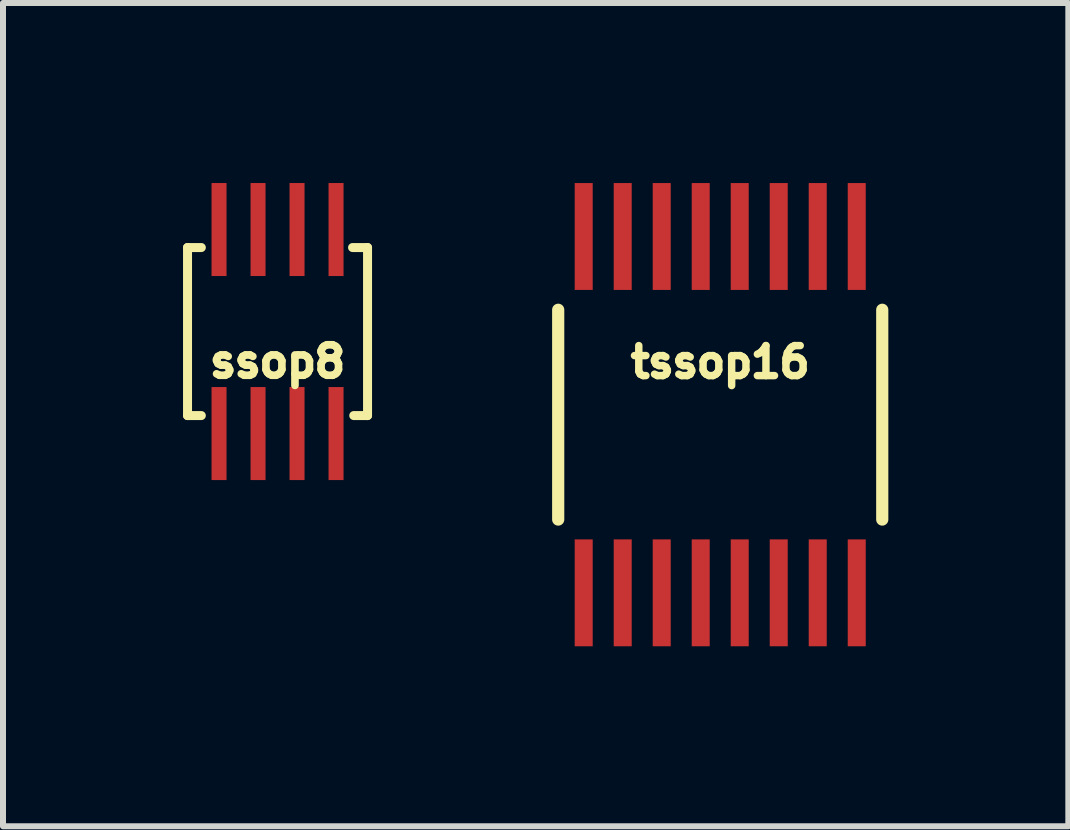
<source format=kicad_pcb>
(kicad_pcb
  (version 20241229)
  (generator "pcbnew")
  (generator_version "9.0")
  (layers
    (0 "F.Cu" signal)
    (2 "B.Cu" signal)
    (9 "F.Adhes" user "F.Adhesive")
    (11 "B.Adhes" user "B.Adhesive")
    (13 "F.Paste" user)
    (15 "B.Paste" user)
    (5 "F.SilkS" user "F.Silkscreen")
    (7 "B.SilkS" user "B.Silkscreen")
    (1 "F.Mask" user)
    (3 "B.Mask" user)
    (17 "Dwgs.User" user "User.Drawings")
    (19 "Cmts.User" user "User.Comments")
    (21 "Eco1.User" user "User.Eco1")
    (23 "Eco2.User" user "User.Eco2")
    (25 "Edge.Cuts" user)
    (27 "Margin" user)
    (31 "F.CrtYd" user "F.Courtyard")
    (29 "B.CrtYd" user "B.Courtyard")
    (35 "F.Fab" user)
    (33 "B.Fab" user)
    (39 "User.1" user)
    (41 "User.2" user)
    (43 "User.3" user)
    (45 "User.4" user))
  (footprint "ssop8"
    (layer "F.Cu")
    (at 1.575 2.475)
    (property "Reference" "ssop8" (at 0 0.5 0) (layer "F.SilkS") (effects (font (size 0.508 0.508) (thickness 0.127))))
    (attr through_hole)
    (fp_line (start -1.5 -1.4) (end -1.5 1.4) (stroke (width 0.15) (type solid)) (layer "F.SilkS"))
    (fp_line (start -1.5 -1.4) (end -1.27 -1.4) (stroke (width 0.15) (type solid)) (layer "F.SilkS"))
    (fp_line (start -1.5 1.4) (end -1.27 1.4) (stroke (width 0.15) (type solid)) (layer "F.SilkS"))
    (fp_line (start 1.25 -1.4) (end 1.5 -1.4) (stroke (width 0.15) (type solid)) (layer "F.SilkS"))
    (fp_line (start 1.27 1.4) (end 1.5 1.4) (stroke (width 0.15) (type solid)) (layer "F.SilkS"))
    (fp_line (start 1.5 -1.4) (end 1.5 1.4) (stroke (width 0.15) (type solid)) (layer "F.SilkS"))
    (pad "1" smd rect (at -0.975 1.7) (size 0.25 1.55) (layers "F.Cu" "F.Mask" "F.Paste"))
    (pad "2" smd rect (at -0.325 1.7) (size 0.25 1.55) (layers "F.Cu" "F.Mask" "F.Paste"))
    (pad "3" smd rect (at 0.325 1.7) (size 0.25 1.55) (layers "F.Cu" "F.Mask" "F.Paste"))
    (pad "4" smd rect (at 0.975 1.7) (size 0.25 1.55) (layers "F.Cu" "F.Mask" "F.Paste"))
    (pad "5" smd rect (at 0.975 -1.7) (size 0.25 1.55) (layers "F.Cu" "F.Mask" "F.Paste"))
    (pad "6" smd rect (at 0.325 -1.7) (size 0.25 1.55) (layers "F.Cu" "F.Mask" "F.Paste"))
    (pad "7" smd rect (at -0.325 -1.7) (size 0.25 1.55) (layers "F.Cu" "F.Mask" "F.Paste"))
    (pad "8" smd rect (at -0.975 -1.7) (size 0.25 1.55) (layers "F.Cu" "F.Mask" "F.Paste")))
  (footprint "tssop16"
    (layer "F.Cu")
    (at 8.952 3.86)
    (property "Reference" "tssop16" (at 0 -0.876 0) (layer "F.SilkS") (effects (font (size 0.5 0.5) (thickness 0.124))))
    (attr through_hole)
    (fp_line (start -2.7 -1.748) (end -2.7 1.748) (stroke (width 0.203) (type solid)) (layer "F.SilkS"))
    (fp_line (start 2.7 1.748) (end 2.7 -1.748) (stroke (width 0.203) (type solid)) (layer "F.SilkS"))
    (pad "1" smd rect (at -2.275 2.969) (size 0.3 1.781) (layers "F.Cu" "F.Mask" "F.Paste"))
    (pad "2" smd rect (at -1.625 2.969) (size 0.3 1.781) (layers "F.Cu" "F.Mask" "F.Paste"))
    (pad "3" smd rect (at -0.975 2.969) (size 0.3 1.781) (layers "F.Cu" "F.Mask" "F.Paste"))
    (pad "4" smd rect (at -0.325 2.969) (size 0.3 1.781) (layers "F.Cu" "F.Mask" "F.Paste"))
    (pad "5" smd rect (at 0.325 2.969) (size 0.3 1.781) (layers "F.Cu" "F.Mask" "F.Paste"))
    (pad "6" smd rect (at 0.975 2.969) (size 0.3 1.781) (layers "F.Cu" "F.Mask" "F.Paste"))
    (pad "7" smd rect (at 1.625 2.969) (size 0.3 1.781) (layers "F.Cu" "F.Mask" "F.Paste"))
    (pad "8" smd rect (at 2.275 2.969) (size 0.3 1.781) (layers "F.Cu" "F.Mask" "F.Paste"))
    (pad "9" smd rect (at 2.275 -2.969) (size 0.3 1.781) (layers "F.Cu" "F.Mask" "F.Paste"))
    (pad "10" smd rect (at 1.625 -2.969) (size 0.3 1.781) (layers "F.Cu" "F.Mask" "F.Paste"))
    (pad "11" smd rect (at 0.975 -2.969) (size 0.3 1.781) (layers "F.Cu" "F.Mask" "F.Paste"))
    (pad "12" smd rect (at 0.325 -2.969) (size 0.3 1.781) (layers "F.Cu" "F.Mask" "F.Paste"))
    (pad "13" smd rect (at -0.325 -2.969) (size 0.3 1.781) (layers "F.Cu" "F.Mask" "F.Paste"))
    (pad "14" smd rect (at -0.975 -2.969) (size 0.3 1.781) (layers "F.Cu" "F.Mask" "F.Paste"))
    (pad "15" smd rect (at -1.625 -2.969) (size 0.3 1.781) (layers "F.Cu" "F.Mask" "F.Paste"))
    (pad "16" smd rect (at -2.275 -2.969) (size 0.3 1.781) (layers "F.Cu" "F.Mask" "F.Paste")))
  (gr_rect
    (start -3 -3)
    (end 14.753 10.719)
    (stroke (width 0.1) (type default))
    (fill no)
    (layer "Edge.Cuts")))
</source>
